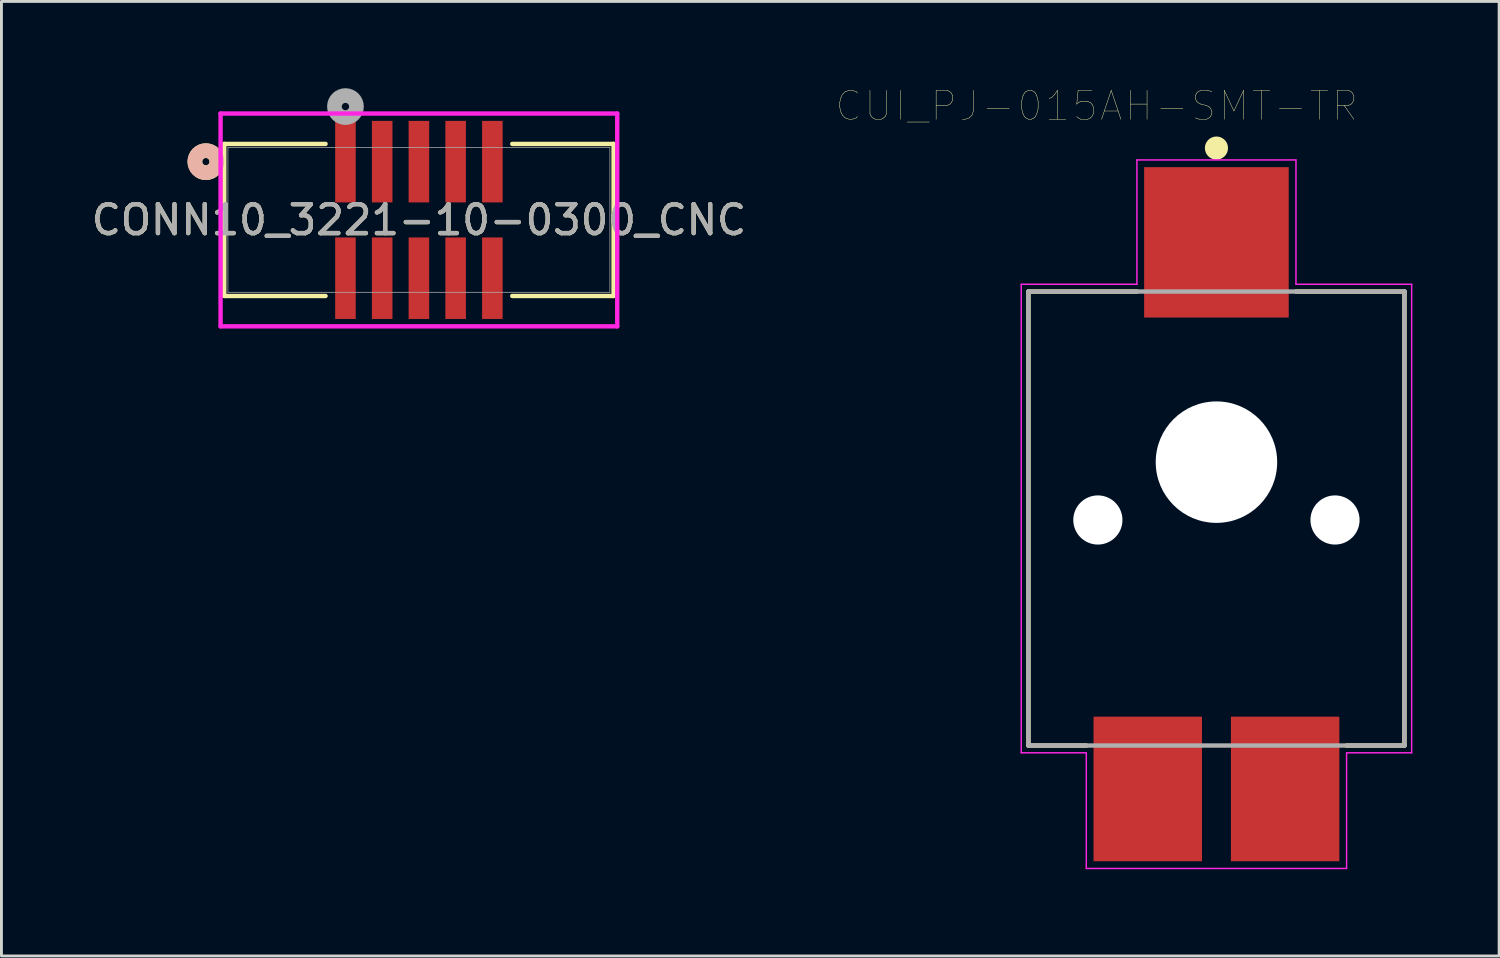
<source format=kicad_pcb>
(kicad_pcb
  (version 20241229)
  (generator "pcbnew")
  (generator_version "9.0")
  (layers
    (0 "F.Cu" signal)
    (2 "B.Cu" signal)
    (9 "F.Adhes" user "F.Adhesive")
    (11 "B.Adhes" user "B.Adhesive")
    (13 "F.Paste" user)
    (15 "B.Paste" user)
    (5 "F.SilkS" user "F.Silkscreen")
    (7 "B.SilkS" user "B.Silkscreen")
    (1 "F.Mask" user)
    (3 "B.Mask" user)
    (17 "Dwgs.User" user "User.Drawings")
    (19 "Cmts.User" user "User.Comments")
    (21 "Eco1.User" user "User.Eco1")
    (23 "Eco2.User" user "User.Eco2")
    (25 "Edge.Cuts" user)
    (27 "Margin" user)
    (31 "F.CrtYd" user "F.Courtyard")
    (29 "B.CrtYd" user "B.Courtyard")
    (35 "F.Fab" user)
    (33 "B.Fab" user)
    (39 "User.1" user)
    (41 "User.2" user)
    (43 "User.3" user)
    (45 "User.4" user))
  (footprint "CONN10_3221-10-0300_CNC"
    (layer "F.Cu")
    (at 11.435 4.555)
    (property "Reference" "CONN10_3221-10-0300_CNC" (at 0 0 0) (unlocked yes) (layer "F.SilkS") (effects (font (size 1 1) (thickness 0.15))))
    (attr smd)
    (fp_line (start -6.731 -2.629) (end -6.731 2.629) (stroke (width 0.152) (type solid)) (layer "F.SilkS"))
    (fp_line (start -6.731 2.629) (end -3.228 2.629) (stroke (width 0.152) (type solid)) (layer "F.SilkS"))
    (fp_line (start -3.228 -2.629) (end -6.731 -2.629) (stroke (width 0.152) (type solid)) (layer "F.SilkS"))
    (fp_line (start 3.228 2.629) (end 6.731 2.629) (stroke (width 0.152) (type solid)) (layer "F.SilkS"))
    (fp_line (start 6.731 -2.629) (end 3.228 -2.629) (stroke (width 0.152) (type solid)) (layer "F.SilkS"))
    (fp_line (start 6.731 2.629) (end 6.731 -2.629) (stroke (width 0.152) (type solid)) (layer "F.SilkS"))
    (fp_circle (center -7.366 -2.015) (end -6.985 -2.015) (stroke (width 0.508) (type solid)) (fill no) (layer "F.SilkS"))
    (fp_circle (center -7.366 -2.015) (end -6.985 -2.015) (stroke (width 0.508) (type solid)) (fill no) (layer "B.SilkS"))
    (fp_line (start -6.858 -3.679) (end -6.858 3.679) (stroke (width 0.152) (type solid)) (layer "F.CrtYd"))
    (fp_line (start -6.858 3.679) (end 6.858 3.679) (stroke (width 0.152) (type solid)) (layer "F.CrtYd"))
    (fp_line (start 6.858 -3.679) (end -6.858 -3.679) (stroke (width 0.152) (type solid)) (layer "F.CrtYd"))
    (fp_line (start 6.858 3.679) (end 6.858 -3.679) (stroke (width 0.152) (type solid)) (layer "F.CrtYd"))
    (fp_line (start -6.604 -2.502) (end -6.604 2.502) (stroke (width 0.025) (type solid)) (layer "F.Fab"))
    (fp_line (start -6.604 2.502) (end 6.604 2.502) (stroke (width 0.025) (type solid)) (layer "F.Fab"))
    (fp_line (start 6.604 -2.502) (end -6.604 -2.502) (stroke (width 0.025) (type solid)) (layer "F.Fab"))
    (fp_line (start 6.604 2.502) (end 6.604 -2.502) (stroke (width 0.025) (type solid)) (layer "F.Fab"))
    (fp_circle (center -2.54 -3.92) (end -2.159 -3.92) (stroke (width 0.508) (type solid)) (fill no) (layer "F.Fab"))
    (fp_text user "${REFERENCE}" (at 0 0 0) (unlocked yes) (layer "F.Fab") (effects (font (size 1 1) (thickness 0.15))))
    (pad "1" smd rect (at -2.54 -2.015) (size 0.711 2.819) (layers "F.Cu" "F.Mask" "F.Paste"))
    (pad "2" smd rect (at -2.54 2.015) (size 0.711 2.819) (layers "F.Cu" "F.Mask" "F.Paste"))
    (pad "3" smd rect (at -1.27 -2.015) (size 0.711 2.819) (layers "F.Cu" "F.Mask" "F.Paste"))
    (pad "4" smd rect (at -1.27 2.015) (size 0.711 2.819) (layers "F.Cu" "F.Mask" "F.Paste"))
    (pad "5" smd rect (at 0 -2.015) (size 0.711 2.819) (layers "F.Cu" "F.Mask" "F.Paste"))
    (pad "6" smd rect (at 0 2.015) (size 0.711 2.819) (layers "F.Cu" "F.Mask" "F.Paste"))
    (pad "7" smd rect (at 1.27 -2.015) (size 0.711 2.819) (layers "F.Cu" "F.Mask" "F.Paste"))
    (pad "8" smd rect (at 1.27 2.015) (size 0.711 2.819) (layers "F.Cu" "F.Mask" "F.Paste"))
    (pad "9" smd rect (at 2.54 -2.015) (size 0.711 2.819) (layers "F.Cu" "F.Mask" "F.Paste"))
    (pad "10" smd rect (at 2.54 2.015) (size 0.711 2.819) (layers "F.Cu" "F.Mask" "F.Paste")))
  (footprint "CUI_PJ-015AH-SMT-TR"
    (layer "F.Cu")
    (at 39.012 12.93)
    (property "Reference" "CUI_PJ-015AH-SMT-TR" (at -4.139 -12.318 0) (layer "F.SilkS") (effects (font (size 1.001 1.001) (thickness 0.015))))
    (attr through_hole)
    (fp_line (start -6.5 -5.9) (end -2.75 -5.9) (stroke (width 0.152) (type solid)) (layer "F.SilkS"))
    (fp_line (start -6.5 9.8) (end -6.5 -5.9) (stroke (width 0.152) (type solid)) (layer "F.SilkS"))
    (fp_line (start -4.5 9.8) (end -6.5 9.8) (stroke (width 0.152) (type solid)) (layer "F.SilkS"))
    (fp_line (start 2.75 -5.9) (end 6.5 -5.9) (stroke (width 0.152) (type solid)) (layer "F.SilkS"))
    (fp_line (start 6.5 -5.9) (end 6.5 9.8) (stroke (width 0.152) (type solid)) (layer "F.SilkS"))
    (fp_line (start 6.5 9.8) (end 4.5 9.8) (stroke (width 0.152) (type solid)) (layer "F.SilkS"))
    (fp_circle (center 0 -10.86) (end 0.2 -10.86) (stroke (width 0.4) (type solid)) (fill no) (layer "F.SilkS"))
    (fp_line (start -6.75 -6.15) (end -2.75 -6.15) (stroke (width 0.05) (type solid)) (layer "F.CrtYd"))
    (fp_line (start -6.75 10.05) (end -6.75 -6.15) (stroke (width 0.05) (type solid)) (layer "F.CrtYd"))
    (fp_line (start -4.5 10.05) (end -6.75 10.05) (stroke (width 0.05) (type solid)) (layer "F.CrtYd"))
    (fp_line (start -4.5 14.05) (end -4.5 10.05) (stroke (width 0.05) (type solid)) (layer "F.CrtYd"))
    (fp_line (start -4.5 14.05) (end 4.5 14.05) (stroke (width 0.05) (type solid)) (layer "F.CrtYd"))
    (fp_line (start -2.75 -10.45) (end 2.75 -10.45) (stroke (width 0.05) (type solid)) (layer "F.CrtYd"))
    (fp_line (start -2.75 -6.15) (end -2.75 -10.45) (stroke (width 0.05) (type solid)) (layer "F.CrtYd"))
    (fp_line (start 2.75 -10.45) (end 2.75 -6.15) (stroke (width 0.05) (type solid)) (layer "F.CrtYd"))
    (fp_line (start 2.75 -6.15) (end 6.75 -6.15) (stroke (width 0.05) (type solid)) (layer "F.CrtYd"))
    (fp_line (start 4.5 14.05) (end 4.5 10.05) (stroke (width 0.05) (type solid)) (layer "F.CrtYd"))
    (fp_line (start 6.75 -6.15) (end 6.75 10.05) (stroke (width 0.05) (type solid)) (layer "F.CrtYd"))
    (fp_line (start 6.75 10.05) (end 4.5 10.05) (stroke (width 0.05) (type solid)) (layer "F.CrtYd"))
    (fp_line (start -6.5 -5.9) (end 6.5 -5.9) (stroke (width 0.152) (type solid)) (layer "F.Fab"))
    (fp_line (start -6.5 9.8) (end -6.5 -5.9) (stroke (width 0.152) (type solid)) (layer "F.Fab"))
    (fp_line (start 6.5 -5.9) (end 6.5 9.8) (stroke (width 0.152) (type solid)) (layer "F.Fab"))
    (fp_line (start 6.5 9.8) (end -6.5 9.8) (stroke (width 0.152) (type solid)) (layer "F.Fab"))
    (pad "" np_thru_hole circle (at -4.1 2) (size 1.7 1.7) (drill 1.7) (layers "*.Cu" "*.Mask"))
    (pad "" np_thru_hole circle (at 0 0) (size 4.2 4.2) (drill 4.2) (layers "*.Cu" "*.Mask"))
    (pad "" np_thru_hole circle (at 4.1 2) (size 1.7 1.7) (drill 1.7) (layers "*.Cu" "*.Mask"))
    (pad "1" smd rect (at 0 -7.6) (size 5 5.2) (layers "F.Cu" "F.Mask" "F.Paste"))
    (pad "2" smd rect (at -2.375 11.3) (size 3.75 5) (layers "F.Cu" "F.Mask" "F.Paste"))
    (pad "3" smd rect (at 2.375 11.3) (size 3.75 5) (layers "F.Cu" "F.Mask" "F.Paste")))
  (gr_rect
    (start -3 -3)
    (end 48.787 30.005)
    (stroke (width 0.1) (type default))
    (fill no)
    (layer "Edge.Cuts")))
</source>
